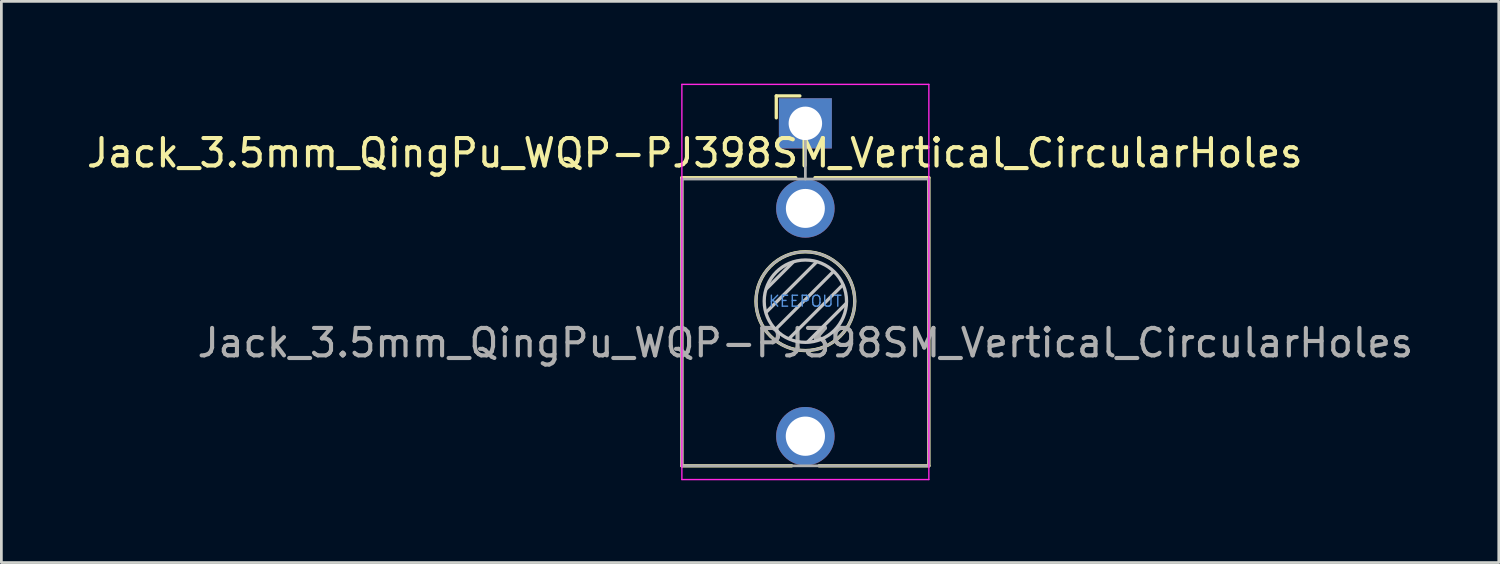
<source format=kicad_pcb>
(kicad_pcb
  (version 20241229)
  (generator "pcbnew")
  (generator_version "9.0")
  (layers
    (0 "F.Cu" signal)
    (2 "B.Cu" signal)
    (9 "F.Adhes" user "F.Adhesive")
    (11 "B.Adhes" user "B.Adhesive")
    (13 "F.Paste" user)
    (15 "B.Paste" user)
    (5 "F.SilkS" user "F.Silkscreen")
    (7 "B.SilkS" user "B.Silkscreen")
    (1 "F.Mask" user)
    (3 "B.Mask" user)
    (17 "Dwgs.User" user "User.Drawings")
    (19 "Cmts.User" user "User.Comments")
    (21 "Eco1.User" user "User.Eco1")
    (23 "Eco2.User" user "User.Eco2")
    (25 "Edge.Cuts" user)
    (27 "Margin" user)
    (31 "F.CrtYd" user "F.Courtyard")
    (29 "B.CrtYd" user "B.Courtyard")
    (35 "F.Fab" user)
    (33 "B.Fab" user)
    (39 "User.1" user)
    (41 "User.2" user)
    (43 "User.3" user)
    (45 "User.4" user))
  (footprint "Jack_3.5mm_QingPu_WQP-PJ398SM_Vertical_CircularHoles"
    (layer "F.Cu")
    (at 26.298 1.445)
    (property "Reference" "Jack_3.5mm_QingPu_WQP-PJ398SM_Vertical_CircularHoles" (at -4.03 1.08 180) (layer "F.SilkS") (effects (font (size 1 1) (thickness 0.15))))
    (attr through_hole)
    (fp_line (start -4.5 1.98) (end -4.5 12.48) (stroke (width 0.12) (type solid)) (layer "F.SilkS"))
    (fp_line (start -1.06 -1) (end -1.06 -0.2) (stroke (width 0.12) (type solid)) (layer "F.SilkS"))
    (fp_line (start -1.06 -1) (end -0.2 -1) (stroke (width 0.12) (type solid)) (layer "F.SilkS"))
    (fp_line (start -0.5 12.48) (end -4.5 12.48) (stroke (width 0.12) (type solid)) (layer "F.SilkS"))
    (fp_line (start -0.35 1.98) (end -4.5 1.98) (stroke (width 0.12) (type solid)) (layer "F.SilkS"))
    (fp_line (start 4.5 1.98) (end 0.35 1.98) (stroke (width 0.12) (type solid)) (layer "F.SilkS"))
    (fp_line (start 4.5 1.98) (end 4.5 12.48) (stroke (width 0.12) (type solid)) (layer "F.SilkS"))
    (fp_line (start 4.5 12.48) (end 0.5 12.48) (stroke (width 0.12) (type solid)) (layer "F.SilkS"))
    (fp_circle (center 0 6.48) (end 1.8 6.48) (stroke (width 0.12) (type solid)) (fill no) (layer "F.SilkS"))
    (fp_line (start -1.42 6.875) (end 0.4 5.06) (stroke (width 0.12) (type solid)) (layer "Dwgs.User"))
    (fp_line (start -1.41 6.02) (end -0.46 5.07) (stroke (width 0.12) (type solid)) (layer "Dwgs.User"))
    (fp_line (start -1.07 7.49) (end 1.01 5.41) (stroke (width 0.12) (type solid)) (layer "Dwgs.User"))
    (fp_line (start -0.58 7.83) (end 1.36 5.89) (stroke (width 0.12) (type solid)) (layer "Dwgs.User"))
    (fp_line (start 0.09 7.96) (end 1.48 6.57) (stroke (width 0.12) (type solid)) (layer "Dwgs.User"))
    (fp_circle (center 0 6.48) (end 1.5 6.48) (stroke (width 0.12) (type solid)) (fill no) (layer "Dwgs.User"))
    (fp_line (start -4.5 12.98) (end -4.5 -1.42) (stroke (width 0.05) (type solid)) (layer "F.CrtYd"))
    (fp_line (start 4.5 -1.42) (end -4.5 -1.42) (stroke (width 0.05) (type solid)) (layer "F.CrtYd"))
    (fp_line (start 4.5 12.98) (end -4.5 12.98) (stroke (width 0.05) (type solid)) (layer "F.CrtYd"))
    (fp_line (start 4.5 12.98) (end 4.5 -1.42) (stroke (width 0.05) (type solid)) (layer "F.CrtYd"))
    (fp_line (start -4.5 12.48) (end -4.5 2.08) (stroke (width 0.1) (type solid)) (layer "F.Fab"))
    (fp_line (start 0 0) (end 0 2.03) (stroke (width 0.1) (type solid)) (layer "F.Fab"))
    (fp_line (start 4.5 2.03) (end -4.5 2.03) (stroke (width 0.1) (type solid)) (layer "F.Fab"))
    (fp_line (start 4.5 12.48) (end -4.5 12.48) (stroke (width 0.1) (type solid)) (layer "F.Fab"))
    (fp_line (start 4.5 12.48) (end 4.5 2.08) (stroke (width 0.1) (type solid)) (layer "F.Fab"))
    (fp_circle (center 0 6.48) (end 1.8 6.48) (stroke (width 0.1) (type solid)) (fill no) (layer "F.Fab"))
    (fp_text user "KEEPOUT" (at 0 6.48 0) (layer "Cmts.User") (effects (font (size 0.4 0.4) (thickness 0.051))))
    (fp_text user "${REFERENCE}" (at 0 8 180) (layer "F.Fab") (effects (font (size 1 1) (thickness 0.15))))
    (pad "S" thru_hole rect (at 0 0 180) (size 1.93 1.83) (drill 1.22) (layers "*.Cu" "*.Mask"))
    (pad "T" thru_hole circle (at 0 11.4 180) (size 2.13 2.13) (drill 1.43) (layers "*.Cu" "*.Mask"))
    (pad "TN" thru_hole circle (at 0 3.1 180) (size 2.13 2.13) (drill 1.42) (layers "*.Cu" "*.Mask")))
  (gr_rect
    (start -3 -3)
    (end 51.566 17.45)
    (stroke (width 0.1) (type default))
    (fill no)
    (layer "Edge.Cuts")))
</source>
